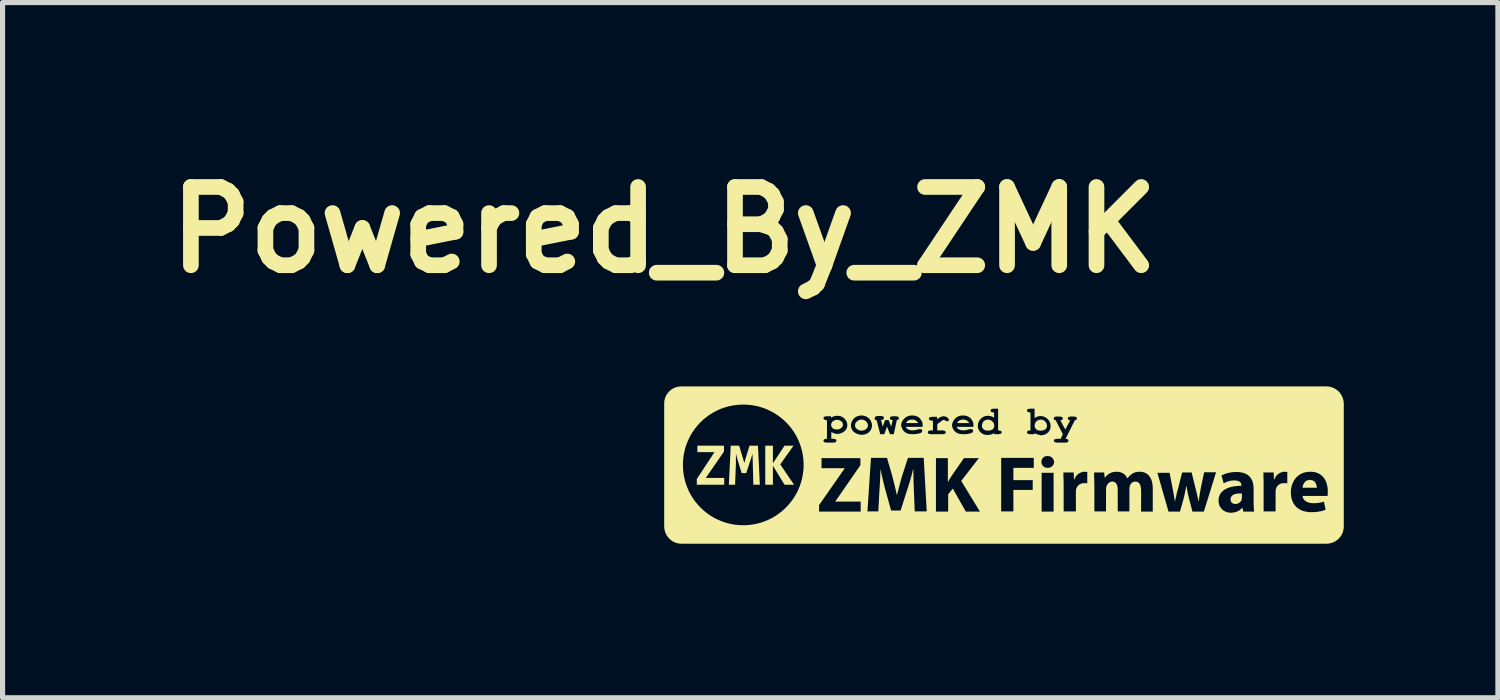
<source format=kicad_pcb>
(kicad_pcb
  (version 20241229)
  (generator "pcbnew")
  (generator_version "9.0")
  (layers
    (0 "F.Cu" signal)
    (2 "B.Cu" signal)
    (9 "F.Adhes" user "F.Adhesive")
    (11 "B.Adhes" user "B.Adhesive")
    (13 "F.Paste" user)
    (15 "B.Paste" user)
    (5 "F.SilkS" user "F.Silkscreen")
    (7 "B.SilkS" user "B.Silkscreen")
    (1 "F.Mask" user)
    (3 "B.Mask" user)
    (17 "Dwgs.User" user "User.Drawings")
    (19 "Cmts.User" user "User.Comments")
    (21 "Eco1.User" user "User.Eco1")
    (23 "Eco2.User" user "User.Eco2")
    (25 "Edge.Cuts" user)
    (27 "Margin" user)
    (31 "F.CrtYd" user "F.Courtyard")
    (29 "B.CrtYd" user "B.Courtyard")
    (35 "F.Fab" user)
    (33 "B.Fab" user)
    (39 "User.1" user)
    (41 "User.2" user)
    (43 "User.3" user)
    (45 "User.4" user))
  (footprint "Powered_By_ZMK"
    (layer "F.Cu")
    (at 9.884 4.474)
    (property "Reference" "Powered_By_ZMK" (at 0 -3.048 0) (layer "F.SilkS") (effects (font (size 1.524 1.524) (thickness 0.305))))
    (attr exclude_from_pos_files exclude_from_bom)
    (fp_poly (pts (xy 4.895 0.661) (xy 4.862 0.65) (xy 4.826 0.646) (xy 4.79 0.65) (xy 4.757 0.661) (xy 4.729 0.682) (xy 4.71 0.714) (xy 4.948 0.714) (xy 4.923 0.686) (xy 4.895 0.661)) (stroke (width 0) (type solid)) (fill yes) (layer "F.SilkS"))
    (fp_poly (pts (xy 5.89 0.661) (xy 5.857 0.65) (xy 5.821 0.646) (xy 5.784 0.65) (xy 5.752 0.661) (xy 5.724 0.682) (xy 5.704 0.714) (xy 5.943 0.714) (xy 5.918 0.686) (xy 5.89 0.661)) (stroke (width 0) (type solid)) (fill yes) (layer "F.SilkS"))
    (fp_poly (pts (xy 0.979 1.281) (xy 0.635 1.804) (xy 0.635 1.916) (xy 1.169 1.916) (xy 1.169 1.783) (xy 0.81 1.783) (xy 1.164 1.27) (xy 1.164 1.154) (xy 0.646 1.154) (xy 0.646 1.281) (xy 0.979 1.281)) (stroke (width 0) (type solid)) (fill yes) (layer "F.SilkS"))
    (fp_poly (pts (xy 1.968 1.916) (xy 2.117 1.916) (xy 2.117 1.545) (xy 2.344 1.916) (xy 2.529 1.916) (xy 2.26 1.519) (xy 2.519 1.154) (xy 2.344 1.154) (xy 2.117 1.498) (xy 2.117 1.154) (xy 1.968 1.154) (xy 1.968 1.916)) (stroke (width 0) (type solid)) (fill yes) (layer "F.SilkS"))
    (fp_poly (pts (xy 12.573 1.82) (xy 12.52 1.83) (xy 12.481 1.856) (xy 12.454 1.892) (xy 12.437 1.933) (xy 12.43 1.974) (xy 12.711 1.974) (xy 12.706 1.942) (xy 12.697 1.908) (xy 12.681 1.875) (xy 12.657 1.847) (xy 12.621 1.828) (xy 12.573 1.82)) (stroke (width 0) (type solid)) (fill yes) (layer "F.SilkS"))
    (fp_poly (pts (xy 6.308 0.646) (xy 6.261 0.654) (xy 6.223 0.677) (xy 6.197 0.714) (xy 6.186 0.762) (xy 6.194 0.803) (xy 6.218 0.836) (xy 6.255 0.857) (xy 6.308 0.863) (xy 6.359 0.855) (xy 6.398 0.836) (xy 6.421 0.804) (xy 6.429 0.767) (xy 6.421 0.723) (xy 6.392 0.683) (xy 6.352 0.654) (xy 6.308 0.646)) (stroke (width 0) (type solid)) (fill yes) (layer "F.SilkS"))
    (fp_poly (pts (xy 7.334 0.646) (xy 7.288 0.654) (xy 7.25 0.677) (xy 7.223 0.714) (xy 7.213 0.762) (xy 7.22 0.803) (xy 7.244 0.836) (xy 7.281 0.857) (xy 7.334 0.863) (xy 7.387 0.855) (xy 7.424 0.836) (xy 7.448 0.804) (xy 7.456 0.767) (xy 7.447 0.723) (xy 7.419 0.683) (xy 7.379 0.654) (xy 7.334 0.646)) (stroke (width 0) (type solid)) (fill yes) (layer "F.SilkS"))
    (fp_poly (pts (xy 3.842 0.646) (xy 3.793 0.654) (xy 3.752 0.683) (xy 3.723 0.718) (xy 3.715 0.762) (xy 3.723 0.798) (xy 3.752 0.831) (xy 3.793 0.855) (xy 3.842 0.863) (xy 3.891 0.855) (xy 3.932 0.831) (xy 3.96 0.798) (xy 3.969 0.762) (xy 3.961 0.726) (xy 3.942 0.693) (xy 3.914 0.667) (xy 3.881 0.651) (xy 3.842 0.646)) (stroke (width 0) (type solid)) (fill yes) (layer "F.SilkS"))
    (fp_poly (pts (xy 11.028 2.201) (xy 11.035 2.24) (xy 11.056 2.268) (xy 11.086 2.285) (xy 11.123 2.291) (xy 11.164 2.285) (xy 11.2 2.267) (xy 11.227 2.24) (xy 11.245 2.207) (xy 11.25 2.164) (xy 11.25 2.085) (xy 11.198 2.085) (xy 11.15 2.089) (xy 11.109 2.099) (xy 11.075 2.114) (xy 11.05 2.136) (xy 11.033 2.165) (xy 11.028 2.201)) (stroke (width 0) (type solid)) (fill yes) (layer "F.SilkS"))
    (fp_poly (pts (xy 3.365 0.841) (xy 3.412 0.833) (xy 3.45 0.81) (xy 3.474 0.778) (xy 3.482 0.746) (xy 3.471 0.704) (xy 3.452 0.683) (xy 3.429 0.667) (xy 3.401 0.655) (xy 3.365 0.651) (xy 3.33 0.656) (xy 3.298 0.67) (xy 3.27 0.693) (xy 3.254 0.724) (xy 3.249 0.751) (xy 3.257 0.783) (xy 3.281 0.815) (xy 3.317 0.834) (xy 3.365 0.841)) (stroke (width 0) (type solid)) (fill yes) (layer "F.SilkS"))
    (fp_poly (pts (xy 1.46 1.154) (xy 1.296 1.154) (xy 1.259 1.916) (xy 1.381 1.916) (xy 1.397 1.482) (xy 1.397 1.312) (xy 1.429 1.429) (xy 1.508 1.688) (xy 1.598 1.688) (xy 1.683 1.429) (xy 1.72 1.312) (xy 1.725 1.482) (xy 1.736 1.916) (xy 1.863 1.916) (xy 1.826 1.154) (xy 1.662 1.154) (xy 1.593 1.376) (xy 1.561 1.492) (xy 1.524 1.371) (xy 1.46 1.154)) (stroke (width 0) (type solid)) (fill yes) (layer "F.SilkS"))
    (fp_poly (pts (xy 12.89 0) (xy 12.906 1.911) (xy 12.915 1.952) (xy 12.921 1.995) (xy 12.922 2.037) (xy 12.922 2.095) (xy 12.917 2.133) (xy 12.43 2.133) (xy 12.44 2.176) (xy 12.464 2.212) (xy 12.498 2.24) (xy 12.541 2.26) (xy 12.59 2.271) (xy 12.642 2.275) (xy 12.699 2.273) (xy 12.751 2.267) (xy 12.8 2.258) (xy 12.848 2.244) (xy 12.88 2.402) (xy 12.839 2.417) (xy 12.797 2.429) (xy 12.752 2.438) (xy 12.705 2.445) (xy 12.656 2.449) (xy 12.605 2.45) (xy 12.552 2.448) (xy 12.502 2.441) (xy 12.456 2.43) (xy 12.414 2.415) (xy 12.375 2.396) (xy 12.34 2.373) (xy 12.308 2.346) (xy 12.281 2.316) (xy 12.257 2.282) (xy 12.238 2.244) (xy 12.223 2.204) (xy 12.212 2.16) (xy 12.205 2.113) (xy 12.203 2.064) (xy 12.204 2.023) (xy 12.134 1.889) (xy 12.106 1.884) (xy 12.07 1.884) (xy 12.023 1.889) (xy 11.982 1.905) (xy 11.95 1.93) (xy 11.926 1.962) (xy 11.912 2) (xy 11.907 2.025) (xy 11.906 2.053) (xy 11.906 2.434) (xy 11.673 2.434) (xy 11.673 1.926) (xy 11.673 1.864) (xy 11.672 1.809) (xy 11.67 1.76) (xy 11.669 1.717) (xy 11.668 1.677) (xy 11.869 1.677) (xy 11.874 1.815) (xy 11.88 1.815) (xy 11.903 1.765) (xy 11.933 1.726) (xy 11.969 1.697) (xy 12.008 1.677) (xy 12.048 1.665) (xy 12.086 1.662) (xy 12.134 1.667) (xy 12.134 1.889) (xy 12.204 2.023) (xy 12.21 1.981) (xy 12.219 1.941) (xy 12.232 1.901) (xy 12.249 1.862) (xy 12.269 1.825) (xy 12.294 1.791) (xy 12.323 1.76) (xy 12.355 1.732) (xy 12.392 1.708) (xy 12.434 1.688) (xy 12.479 1.674) (xy 12.529 1.665) (xy 12.584 1.662) (xy 12.637 1.665) (xy 12.686 1.674) (xy 12.729 1.69) (xy 12.768 1.71) (xy 12.802 1.735) (xy 12.831 1.764) (xy 12.856 1.797) (xy 12.877 1.832) (xy 12.894 1.871) (xy 12.906 1.911) (xy 12.89 0) (xy 0.339 0) (xy 4.112 0.587) (xy 4.154 0.577) (xy 4.228 0.577) (xy 4.27 0.587) (xy 4.281 0.614) (xy 4.265 0.646) (xy 4.223 0.656) (xy 4.255 0.783) (xy 4.302 0.656) (xy 4.371 0.656) (xy 4.419 0.783) (xy 4.45 0.656) (xy 4.413 0.651) (xy 4.392 0.619) (xy 4.403 0.593) (xy 4.445 0.582) (xy 4.519 0.582) (xy 4.561 0.593) (xy 4.572 0.619) (xy 4.561 0.646) (xy 4.53 0.656) (xy 4.471 0.931) (xy 4.397 0.931) (xy 4.339 0.783) (xy 4.286 0.931) (xy 4.207 0.931) (xy 4.138 0.661) (xy 4.106 0.651) (xy 4.096 0.624) (xy 4.112 0.587) (xy 0.339 0) (xy 0.292 0.003) (xy 3.154 0.656) (xy 3.111 0.646) (xy 3.101 0.619) (xy 3.111 0.593) (xy 3.154 0.582) (xy 3.249 0.582) (xy 3.249 0.609) (xy 3.278 0.593) (xy 3.307 0.582) (xy 3.339 0.575) (xy 3.371 0.572) (xy 3.422 0.577) (xy 3.468 0.594) (xy 3.508 0.624) (xy 3.54 0.663) (xy 3.56 0.706) (xy 3.567 0.751) (xy 3.563 0.789) (xy 3.55 0.824) (xy 3.529 0.855) (xy 3.498 0.884) (xy 3.459 0.906) (xy 3.417 0.921) (xy 3.371 0.926) (xy 3.34 0.923) (xy 3.313 0.915) (xy 3.283 0.904) (xy 3.254 0.889) (xy 3.254 1.021) (xy 3.302 1.021) (xy 3.344 1.032) (xy 3.355 1.058) (xy 3.344 1.085) (xy 3.302 1.095) (xy 3.154 1.095) (xy 3.111 1.085) (xy 3.101 1.058) (xy 3.111 1.032) (xy 3.154 1.021) (xy 3.17 1.021) (xy 3.17 0.661) (xy 3.154 0.661) (xy 3.154 0.656) (xy 0.292 0.003) (xy 0.247 0.012) (xy 0.602 0.82) (xy 0.631 0.783) (xy 0.661 0.748) (xy 0.692 0.714) (xy 0.725 0.682) (xy 0.759 0.65) (xy 0.794 0.62) (xy 0.83 0.592) (xy 0.868 0.564) (xy 0.906 0.539) (xy 0.946 0.514) (xy 0.987 0.492) (xy 1.028 0.471) (xy 1.071 0.451) (xy 1.114 0.433) (xy 1.159 0.417) (xy 1.204 0.403) (xy 1.25 0.39) (xy 1.297 0.38) (xy 1.344 0.371) (xy 1.392 0.364) (xy 1.441 0.359) (xy 1.49 0.356) (xy 1.54 0.355) (xy 1.59 0.356) (xy 1.639 0.359) (xy 1.688 0.364) (xy 1.736 0.371) (xy 1.783 0.38) (xy 1.83 0.39) (xy 1.876 0.403) (xy 1.921 0.417) (xy 1.965 0.433) (xy 2.009 0.451) (xy 2.051 0.471) (xy 2.093 0.492) (xy 2.134 0.514) (xy 2.173 0.539) (xy 2.212 0.564) (xy 2.249 0.592) (xy 2.286 0.62) (xy 2.321 0.65) (xy 2.355 0.682) (xy 2.388 0.714) (xy 2.419 0.748) (xy 2.449 0.783) (xy 2.478 0.82) (xy 2.505 0.857) (xy 2.53 0.896) (xy 2.555 0.935) (xy 2.577 0.976) (xy 2.599 1.018) (xy 2.618 1.06) (xy 2.636 1.104) (xy 2.652 1.148) (xy 2.666 1.193) (xy 2.679 1.239) (xy 2.69 1.286) (xy 2.699 1.333) (xy 2.706 1.382) (xy 2.711 1.43) (xy 2.714 1.479) (xy 2.715 1.529) (xy 2.714 1.579) (xy 2.711 1.628) (xy 2.705 1.677) (xy 2.698 1.725) (xy 2.689 1.773) (xy 2.679 1.819) (xy 2.666 1.865) (xy 2.651 1.91) (xy 2.635 1.955) (xy 2.617 1.998) (xy 2.598 2.041) (xy 2.576 2.082) (xy 2.554 2.123) (xy 2.529 2.163) (xy 2.503 2.201) (xy 2.476 2.239) (xy 2.447 2.275) (xy 2.417 2.31) (xy 2.386 2.344) (xy 2.353 2.377) (xy 2.319 2.408) (xy 2.284 2.438) (xy 2.247 2.467) (xy 2.21 2.494) (xy 2.171 2.52) (xy 2.131 2.544) (xy 2.091 2.567) (xy 2.049 2.588) (xy 2.007 2.607) (xy 1.963 2.625) (xy 1.919 2.641) (xy 1.874 2.656) (xy 1.828 2.668) (xy 1.782 2.679) (xy 1.734 2.688) (xy 1.687 2.695) (xy 1.638 2.7) (xy 1.589 2.703) (xy 1.54 2.704) (xy 1.49 2.703) (xy 1.441 2.7) (xy 1.392 2.695) (xy 1.344 2.688) (xy 1.297 2.679) (xy 1.25 2.668) (xy 1.204 2.656) (xy 1.159 2.641) (xy 1.114 2.625) (xy 1.071 2.607) (xy 1.028 2.588) (xy 0.987 2.567) (xy 0.946 2.544) (xy 0.906 2.52) (xy 0.868 2.494) (xy 0.83 2.467) (xy 0.794 2.438) (xy 0.759 2.408) (xy 0.725 2.377) (xy 0.692 2.344) (xy 0.661 2.31) (xy 0.631 2.275) (xy 0.602 2.239) (xy 0.575 2.201) (xy 0.549 2.163) (xy 0.525 2.123) (xy 0.502 2.082) (xy 0.481 2.041) (xy 0.462 1.998) (xy 0.444 1.955) (xy 0.428 1.91) (xy 0.413 1.865) (xy 0.401 1.819) (xy 0.39 1.773) (xy 0.381 1.725) (xy 0.374 1.677) (xy 0.369 1.628) (xy 0.366 1.579) (xy 0.365 1.529) (xy 0.366 1.479) (xy 0.369 1.43) (xy 0.374 1.382) (xy 0.381 1.333) (xy 0.39 1.286) (xy 0.401 1.239) (xy 0.413 1.193) (xy 0.428 1.148) (xy 0.444 1.104) (xy 0.462 1.06) (xy 0.481 1.018) (xy 0.502 0.976) (xy 0.525 0.935) (xy 0.549 0.896) (xy 0.575 0.857) (xy 0.602 0.82) (xy 0.247 0.012) (xy 0.205 0.026) (xy 0.166 0.045) (xy 0.13 0.069) (xy 0.098 0.097) (xy 0.07 0.129) (xy 0.045 0.165) (xy 0.026 0.203) (xy 0.012 0.244) (xy 0.003 0.288) (xy 0 0.333) (xy 0 2.725) (xy 0.003 2.771) (xy 10.936 2.441) (xy 10.894 2.419) (xy 10.859 2.39) (xy 10.832 2.355) (xy 10.811 2.316) (xy 10.509 2.439) (xy 10.287 2.439) (xy 10.218 2.175) (xy 10.207 2.131) (xy 10.197 2.087) (xy 10.188 2.042) (xy 10.18 1.994) (xy 10.171 1.942) (xy 10.165 1.942) (xy 10.156 1.996) (xy 10.146 2.045) (xy 10.137 2.091) (xy 10.127 2.133) (xy 10.118 2.175) (xy 10.044 2.439) (xy 9.821 2.439) (xy 9.514 2.439) (xy 9.287 2.439) (xy 9.287 2.027) (xy 9.282 1.966) (xy 9.269 1.917) (xy 9.247 1.882) (xy 9.216 1.86) (xy 9.176 1.852) (xy 9.127 1.863) (xy 9.09 1.892) (xy 9.07 1.931) (xy 9.063 1.961) (xy 9.059 1.99) (xy 9.059 2.434) (xy 8.832 2.434) (xy 8.832 2.011) (xy 8.828 1.958) (xy 8.816 1.914) (xy 8.795 1.881) (xy 8.765 1.859) (xy 8.726 1.852) (xy 8.686 1.86) (xy 8.655 1.881) (xy 8.631 1.908) (xy 8.615 1.937) (xy 8.608 1.968) (xy 8.604 1.995) (xy 8.604 2.434) (xy 8.377 2.434) (xy 7.583 2.439) (xy 7.35 2.439) (xy 7.35 1.683) (xy 7.583 1.683) (xy 7.583 2.439) (xy 8.377 2.434) (xy 8.377 1.921) (xy 8.244 1.889) (xy 8.217 1.884) (xy 8.181 1.884) (xy 8.133 1.889) (xy 8.093 1.905) (xy 8.061 1.93) (xy 8.037 1.962) (xy 8.022 2) (xy 8.018 2.025) (xy 8.017 2.053) (xy 8.017 2.434) (xy 7.779 2.434) (xy 7.779 1.926) (xy 7.778 1.864) (xy 7.777 1.809) (xy 7.775 1.76) (xy 7.774 1.717) (xy 7.773 1.677) (xy 7.975 1.677) (xy 7.98 1.815) (xy 7.985 1.815) (xy 8.008 1.765) (xy 8.039 1.726) (xy 8.074 1.697) (xy 8.113 1.677) (xy 8.153 1.665) (xy 8.191 1.662) (xy 8.239 1.667) (xy 8.239 1.889) (xy 8.244 1.889) (xy 8.377 1.921) (xy 8.376 1.866) (xy 8.375 1.814) (xy 8.373 1.765) (xy 8.372 1.72) (xy 8.371 1.677) (xy 8.567 1.677) (xy 8.578 1.778) (xy 8.583 1.778) (xy 8.602 1.753) (xy 8.628 1.727) (xy 8.661 1.702) (xy 8.702 1.681) (xy 8.752 1.667) (xy 8.811 1.662) (xy 8.857 1.665) (xy 8.899 1.677) (xy 8.938 1.695) (xy 8.971 1.72) (xy 8.997 1.752) (xy 9.017 1.789) (xy 9.022 1.789) (xy 9.052 1.754) (xy 9.085 1.723) (xy 9.118 1.699) (xy 9.162 1.677) (xy 7.202 1.587) (xy 6.8 1.587) (xy 6.8 1.826) (xy 7.176 1.826) (xy 7.176 2.016) (xy 6.8 2.016) (xy 6.8 2.434) (xy 6.562 2.434) (xy 5.784 1.841) (xy 6.149 2.439) (xy 5.874 2.439) (xy 5.62 1.99) (xy 5.53 2.101) (xy 5.53 2.439) (xy 5.292 2.439) (xy 4.879 2.439) (xy 4.863 2.043) (xy 4.861 1.999) (xy 4.86 1.955) (xy 4.858 1.909) (xy 4.856 1.862) (xy 4.855 1.814) (xy 4.854 1.765) (xy 4.853 1.715) (xy 4.853 1.665) (xy 4.852 1.614) (xy 4.847 1.614) (xy 4.835 1.664) (xy 4.822 1.715) (xy 4.808 1.767) (xy 4.793 1.819) (xy 4.778 1.87) (xy 4.762 1.921) (xy 4.747 1.969) (xy 4.731 2.016) (xy 4.604 2.418) (xy 4.419 2.418) (xy 4.307 2.016) (xy 4.295 1.969) (xy 4.283 1.92) (xy 4.27 1.87) (xy 4.258 1.818) (xy 4.246 1.766) (xy 4.234 1.713) (xy 4.223 1.661) (xy 4.212 1.609) (xy 4.21 1.657) (xy 4.209 1.706) (xy 4.207 1.755) (xy 4.205 1.804) (xy 4.202 1.853) (xy 4.2 1.901) (xy 4.197 1.948) (xy 4.194 1.994) (xy 4.191 2.037) (xy 4.17 2.434) (xy 3.958 2.434) (xy 3.826 2.439) (xy 3.016 2.439) (xy 3.016 2.312) (xy 3.514 1.598) (xy 3.514 1.593) (xy 3.064 1.593) (xy 3.064 1.397) (xy 3.821 1.397) (xy 3.821 1.535) (xy 3.334 2.238) (xy 3.334 2.244) (xy 3.826 2.244) (xy 3.826 2.439) (xy 3.958 2.434) (xy 4.027 1.392) (xy 4.339 1.392) (xy 4.44 1.741) (xy 4.452 1.787) (xy 4.463 1.833) (xy 4.475 1.88) (xy 4.487 1.926) (xy 4.498 1.973) (xy 4.509 2.019) (xy 4.52 2.066) (xy 4.53 2.111) (xy 4.535 2.111) (xy 4.547 2.065) (xy 4.559 2.018) (xy 4.571 1.97) (xy 4.583 1.922) (xy 4.596 1.874) (xy 4.609 1.826) (xy 4.622 1.78) (xy 4.636 1.736) (xy 4.747 1.392) (xy 5.054 1.392) (xy 5.112 2.434) (xy 4.879 2.434) (xy 4.879 2.439) (xy 5.292 2.439) (xy 5.292 1.397) (xy 5.524 1.397) (xy 5.524 1.857) (xy 5.53 1.857) (xy 5.552 1.817) (xy 5.576 1.778) (xy 5.599 1.741) (xy 5.837 1.397) (xy 6.128 1.397) (xy 5.784 1.841) (xy 6.562 2.434) (xy 6.562 1.392) (xy 3.842 0.942) (xy 3.806 0.939) (xy 3.772 0.929) (xy 3.736 0.915) (xy 3.693 0.888) (xy 3.662 0.852) (xy 3.643 0.809) (xy 3.635 0.762) (xy 3.643 0.714) (xy 3.662 0.667) (xy 3.681 0.638) (xy 3.706 0.614) (xy 3.736 0.593) (xy 3.769 0.579) (xy 3.805 0.57) (xy 3.842 0.566) (xy 3.877 0.57) (xy 3.912 0.579) (xy 3.948 0.593) (xy 3.977 0.614) (xy 4.002 0.638) (xy 4.022 0.667) (xy 4.041 0.714) (xy 4.048 0.762) (xy 4.041 0.807) (xy 4.022 0.852) (xy 3.991 0.89) (xy 3.948 0.921) (xy 3.912 0.933) (xy 3.877 0.94) (xy 3.842 0.942) (xy 6.562 1.392) (xy 7.197 1.392) (xy 7.197 1.587) (xy 7.202 1.587) (xy 9.162 1.677) (xy 9.209 1.665) (xy 7.467 1.587) (xy 7.416 1.578) (xy 7.378 1.553) (xy 7.353 1.516) (xy 7.345 1.471) (xy 7.353 1.424) (xy 7.378 1.387) (xy 7.416 1.363) (xy 7.467 1.355) (xy 7.517 1.364) (xy 7.556 1.389) (xy 7.582 1.426) (xy 7.594 1.471) (xy 7.587 1.508) (xy 7.57 1.539) (xy 7.543 1.565) (xy 7.508 1.581) (xy 7.467 1.587) (xy 9.209 1.665) (xy 9.26 1.662) (xy 9.302 1.665) (xy 9.342 1.674) (xy 9.378 1.689) (xy 9.412 1.712) (xy 9.441 1.74) (xy 9.466 1.776) (xy 9.487 1.818) (xy 9.502 1.868) (xy 9.511 1.925) (xy 9.514 1.99) (xy 9.514 2.439) (xy 9.821 2.439) (xy 9.604 1.683) (xy 5.429 0.931) (xy 5.186 0.931) (xy 5.144 0.921) (xy 5.133 0.894) (xy 5.144 0.868) (xy 5.186 0.857) (xy 5.233 0.857) (xy 5.032 0.757) (xy 5.032 0.788) (xy 4.704 0.788) (xy 4.721 0.816) (xy 4.747 0.836) (xy 4.783 0.851) (xy 4.831 0.857) (xy 4.865 0.855) (xy 4.903 0.849) (xy 4.948 0.836) (xy 4.99 0.831) (xy 5.016 0.841) (xy 5.027 0.868) (xy 5.016 0.894) (xy 4.989 0.91) (xy 4.942 0.921) (xy 4.902 0.928) (xy 4.863 0.931) (xy 4.826 0.931) (xy 4.78 0.928) (xy 4.739 0.919) (xy 4.703 0.902) (xy 4.673 0.878) (xy 4.641 0.839) (xy 4.621 0.796) (xy 4.614 0.746) (xy 4.625 0.7) (xy 4.648 0.658) (xy 4.683 0.619) (xy 4.716 0.595) (xy 4.751 0.579) (xy 4.787 0.569) (xy 4.826 0.566) (xy 4.873 0.57) (xy 4.916 0.582) (xy 4.951 0.599) (xy 4.974 0.619) (xy 5 0.652) (xy 5.022 0.688) (xy 5.031 0.72) (xy 5.032 0.757) (xy 5.233 0.857) (xy 5.233 0.667) (xy 5.207 0.667) (xy 5.165 0.656) (xy 5.154 0.63) (xy 5.165 0.603) (xy 5.207 0.593) (xy 5.313 0.593) (xy 5.313 0.64) (xy 5.356 0.609) (xy 5.392 0.593) (xy 5.421 0.583) (xy 5.445 0.582) (xy 5.484 0.589) (xy 5.519 0.609) (xy 5.546 0.646) (xy 5.535 0.672) (xy 5.509 0.683) (xy 5.477 0.667) (xy 5.45 0.651) (xy 5.431 0.656) (xy 5.403 0.672) (xy 5.38 0.69) (xy 5.352 0.711) (xy 5.318 0.736) (xy 5.318 0.857) (xy 5.429 0.857) (xy 5.472 0.868) (xy 5.482 0.894) (xy 5.472 0.921) (xy 5.429 0.931) (xy 9.604 1.683) (xy 9.842 1.683) (xy 9.901 1.99) (xy 9.91 2.038) (xy 9.919 2.087) (xy 9.928 2.137) (xy 9.936 2.188) (xy 9.943 2.238) (xy 9.948 2.238) (xy 9.958 2.187) (xy 9.97 2.136) (xy 9.981 2.085) (xy 9.994 2.036) (xy 10.007 1.99) (xy 10.086 1.677) (xy 10.271 1.677) (xy 10.345 1.979) (xy 10.358 2.03) (xy 10.37 2.081) (xy 10.382 2.131) (xy 10.393 2.182) (xy 10.403 2.233) (xy 10.409 2.233) (xy 10.416 2.182) (xy 10.424 2.131) (xy 10.432 2.08) (xy 10.442 2.027) (xy 10.451 1.974) (xy 10.515 1.672) (xy 10.747 1.672) (xy 10.509 2.439) (xy 10.811 2.316) (xy 10.799 2.273) (xy 10.795 2.228) (xy 10.798 2.184) (xy 10.807 2.145) (xy 10.822 2.108) (xy 10.842 2.075) (xy 10.868 2.046) (xy 10.899 2.02) (xy 10.935 1.998) (xy 10.975 1.979) (xy 11.02 1.964) (xy 11.069 1.952) (xy 11.122 1.944) (xy 11.179 1.938) (xy 11.239 1.937) (xy 11.239 1.926) (xy 11.236 1.9) (xy 11.225 1.874) (xy 11.201 1.852) (xy 11.161 1.837) (xy 11.102 1.831) (xy 11.055 1.834) (xy 11.009 1.842) (xy 10.966 1.855) (xy 10.928 1.871) (xy 10.896 1.889) (xy 10.853 1.736) (xy 10.884 1.72) (xy 10.922 1.704) (xy 10.967 1.689) (xy 7.821 1.095) (xy 7.646 1.095) (xy 7.599 1.085) (xy 6.519 0.931) (xy 6.424 0.931) (xy 6.424 0.91) (xy 6.397 0.925) (xy 6.366 0.937) (xy 6.334 0.944) (xy 6.302 0.947) (xy 6.261 0.944) (xy 6.223 0.935) (xy 6.189 0.918) (xy 6.16 0.894) (xy 6.129 0.855) (xy 6.112 0.813) (xy 6.107 0.767) (xy 6.021 0.72) (xy 6.022 0.757) (xy 6.022 0.788) (xy 5.694 0.788) (xy 5.711 0.816) (xy 5.736 0.836) (xy 5.773 0.851) (xy 5.821 0.857) (xy 5.855 0.855) (xy 5.893 0.849) (xy 5.937 0.836) (xy 5.98 0.831) (xy 6.006 0.841) (xy 6.017 0.868) (xy 6.006 0.894) (xy 5.979 0.91) (xy 5.932 0.921) (xy 5.891 0.928) (xy 5.853 0.931) (xy 5.816 0.931) (xy 5.77 0.928) (xy 5.729 0.919) (xy 5.693 0.902) (xy 5.662 0.878) (xy 5.631 0.839) (xy 5.611 0.796) (xy 5.604 0.746) (xy 5.618 0.7) (xy 5.641 0.658) (xy 5.673 0.619) (xy 5.705 0.595) (xy 5.74 0.579) (xy 5.777 0.569) (xy 5.816 0.566) (xy 5.863 0.57) (xy 5.905 0.582) (xy 5.941 0.599) (xy 5.964 0.619) (xy 5.99 0.652) (xy 6.011 0.688) (xy 6.021 0.72) (xy 6.107 0.767) (xy 6.113 0.716) (xy 6.133 0.67) (xy 6.165 0.63) (xy 6.205 0.598) (xy 6.251 0.578) (xy 6.302 0.572) (xy 6.334 0.575) (xy 6.366 0.582) (xy 6.395 0.593) (xy 6.424 0.609) (xy 6.424 0.508) (xy 6.408 0.508) (xy 6.366 0.497) (xy 6.355 0.471) (xy 6.366 0.445) (xy 6.408 0.434) (xy 6.503 0.434) (xy 6.503 0.857) (xy 6.519 0.857) (xy 6.562 0.868) (xy 6.572 0.894) (xy 6.562 0.921) (xy 6.519 0.931) (xy 7.599 1.085) (xy 7.588 1.058) (xy 7.599 1.032) (xy 7.641 1.021) (xy 7.371 0.949) (xy 7.329 0.953) (xy 7.302 0.943) (xy 7.271 0.937) (xy 7.242 0.925) (xy 7.213 0.91) (xy 7.213 0.931) (xy 7.117 0.931) (xy 7.075 0.921) (xy 7.064 0.894) (xy 7.075 0.868) (xy 7.117 0.857) (xy 7.133 0.857) (xy 7.133 0.508) (xy 7.117 0.508) (xy 7.075 0.497) (xy 7.064 0.471) (xy 7.075 0.445) (xy 7.117 0.434) (xy 7.213 0.434) (xy 7.213 0.614) (xy 7.242 0.599) (xy 7.271 0.587) (xy 7.302 0.58) (xy 7.329 0.577) (xy 7.38 0.584) (xy 7.426 0.603) (xy 7.467 0.635) (xy 7.498 0.675) (xy 7.518 0.722) (xy 7.525 0.773) (xy 7.519 0.822) (xy 7.502 0.864) (xy 7.472 0.9) (xy 7.442 0.923) (xy 7.408 0.94) (xy 7.371 0.949) (xy 7.641 1.021) (xy 7.721 1.021) (xy 7.763 0.931) (xy 7.625 0.661) (xy 7.594 0.651) (xy 7.583 0.624) (xy 7.594 0.598) (xy 7.636 0.587) (xy 7.71 0.587) (xy 7.752 0.598) (xy 7.763 0.624) (xy 7.752 0.651) (xy 7.715 0.661) (xy 7.811 0.841) (xy 7.906 0.661) (xy 7.869 0.651) (xy 7.858 0.624) (xy 7.869 0.598) (xy 7.911 0.587) (xy 7.985 0.587) (xy 8.027 0.598) (xy 8.038 0.624) (xy 8.027 0.651) (xy 7.996 0.661) (xy 7.816 1.021) (xy 7.853 1.027) (xy 7.874 1.058) (xy 7.863 1.085) (xy 7.821 1.095) (xy 10.967 1.689) (xy 11.019 1.678) (xy 11.079 1.67) (xy 11.144 1.667) (xy 11.204 1.67) (xy 11.257 1.679) (xy 11.303 1.693) (xy 11.344 1.712) (xy 11.378 1.736) (xy 11.406 1.763) (xy 11.429 1.795) (xy 11.448 1.83) (xy 11.461 1.868) (xy 11.471 1.908) (xy 11.476 1.951) (xy 11.478 1.995) (xy 11.478 2.254) (xy 11.479 2.308) (xy 11.481 2.359) (xy 11.484 2.403) (xy 11.488 2.439) (xy 11.277 2.439) (xy 11.261 2.365) (xy 11.255 2.365) (xy 11.223 2.398) (xy 11.184 2.424) (xy 11.14 2.444) (xy 11.091 2.456) (xy 11.038 2.461) (xy 10.984 2.456) (xy 10.936 2.441) (xy 0.003 2.771) (xy 0.012 2.815) (xy 0.026 2.856) (xy 0.045 2.895) (xy 0.07 2.931) (xy 0.098 2.964) (xy 0.13 2.993) (xy 0.166 3.017) (xy 0.205 3.037) (xy 0.247 3.052) (xy 0.292 3.061) (xy 0.339 3.064) (xy 12.896 3.064) (xy 12.941 3.061) (xy 12.985 3.052) (xy 13.027 3.038) (xy 13.066 3.018) (xy 13.102 2.994) (xy 13.135 2.966) (xy 13.163 2.934) (xy 13.188 2.898) (xy 13.208 2.858) (xy 13.222 2.816) (xy 13.231 2.772) (xy 13.234 2.725) (xy 13.234 0.333) (xy 13.23 0.288) (xy 13.22 0.244) (xy 13.205 0.203) (xy 13.185 0.165) (xy 13.161 0.129) (xy 13.132 0.097) (xy 13.099 0.069) (xy 13.063 0.045) (xy 13.024 0.026) (xy 12.982 0.012) (xy 12.937 0.003) (xy 12.89 0)) (stroke (width 0) (type solid)) (fill yes) (layer "F.SilkS")))
  (gr_rect
    (start -3 -3)
    (end 26.119 10.538)
    (stroke (width 0.1) (type default))
    (fill no)
    (layer "Edge.Cuts")))
</source>
